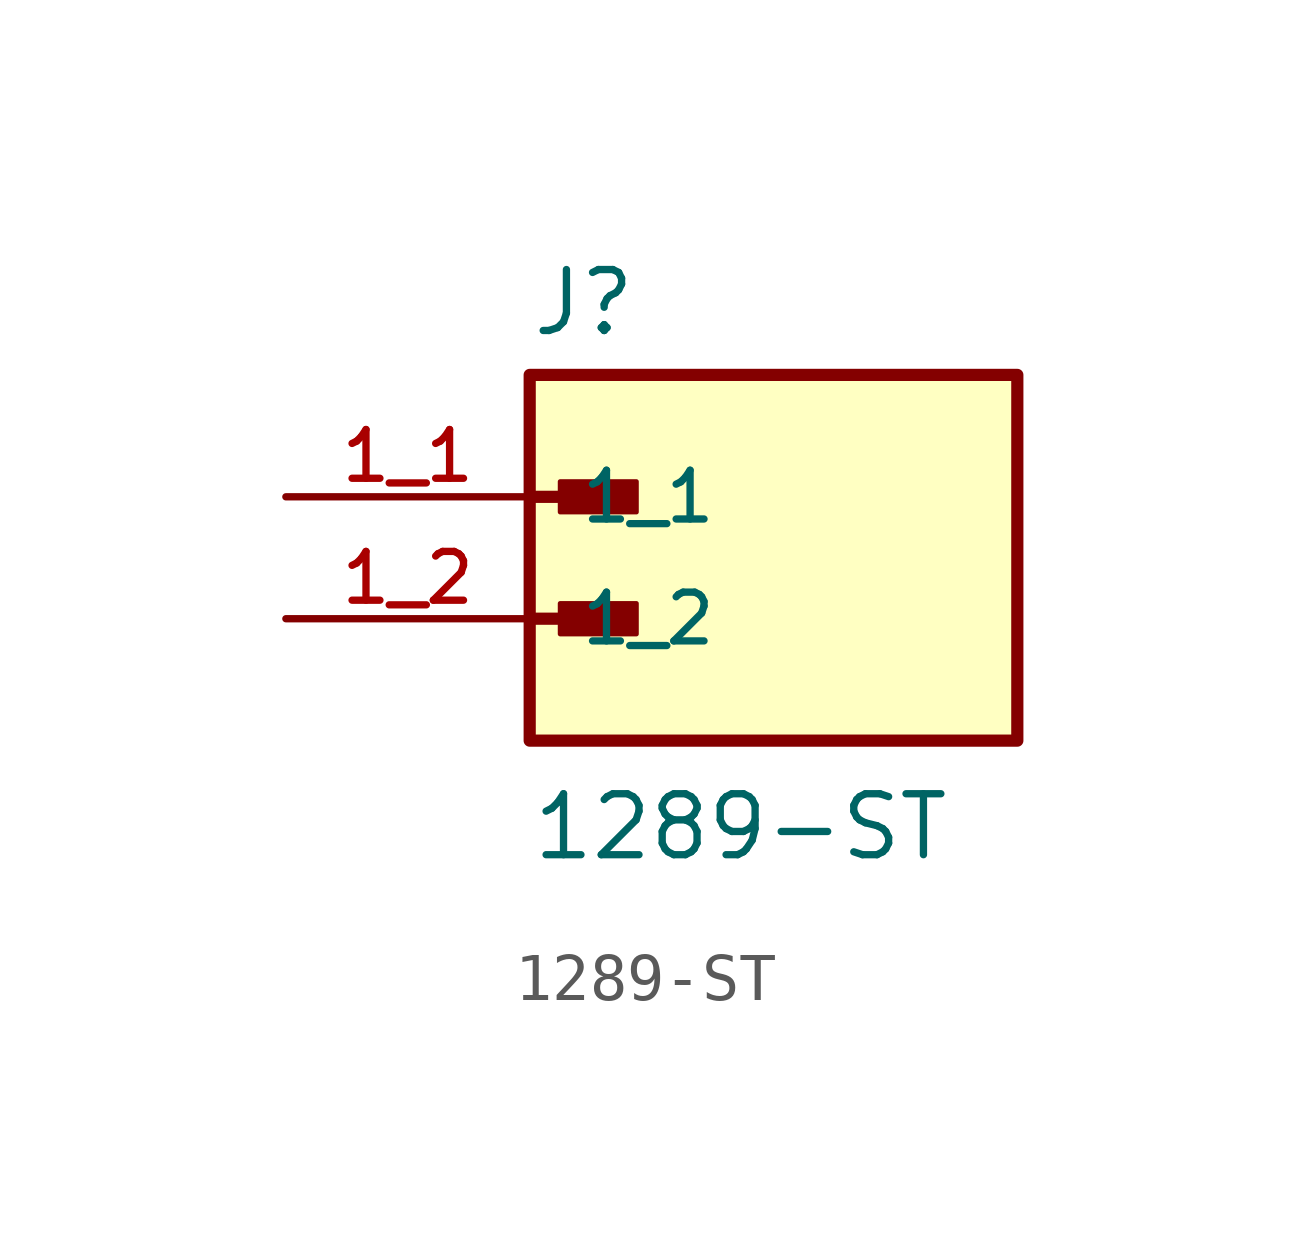
<source format=kicad_sym>
(kicad_symbol_lib
  (version 20211014)
  (generator kicad_symbol_editor)
  (symbol "1289-ST"
    (pin_names
      (offset 1.016))
    (property "Reference" "J"
      (at -5.08 5.842 0)
      (effects (font (size 1.27 1.27)) (justify bottom left)))
    (property "Value" "1289-ST"
      (at -5.08 -5.08 0)
      (effects (font (size 1.27 1.27)) (justify bottom left)))
    (symbol "1289-ST_0_0"
      (polyline (pts (xy -5.08 2.54) (xy -3.175 2.54)) (stroke (width 0.254)))
      (rectangle (start -4.445 2.223) (end -2.857 2.857) (stroke (width 0.1)) (fill (type outline)))
      (polyline (pts (xy -5.08 0.0) (xy -3.175 0.0)) (stroke (width 0.254)))
      (rectangle (start -4.445 -0.318) (end -2.857 0.318) (stroke (width 0.1)) (fill (type outline)))
      (rectangle (start -5.08 -2.54) (end 5.08 5.08) (stroke (width 0.254)) (fill (type background)))
      (pin passive line (at -10.16 2.54 0) (length 5.08) (name "1_1" (effects (font (size 1.016 1.016)))) (number "1_1" (effects (font (size 1.016 1.016)))))
      (pin passive line (at -10.16 0.0 0) (length 5.08) (name "1_2" (effects (font (size 1.016 1.016)))) (number "1_2" (effects (font (size 1.016 1.016))))))))
</source>
